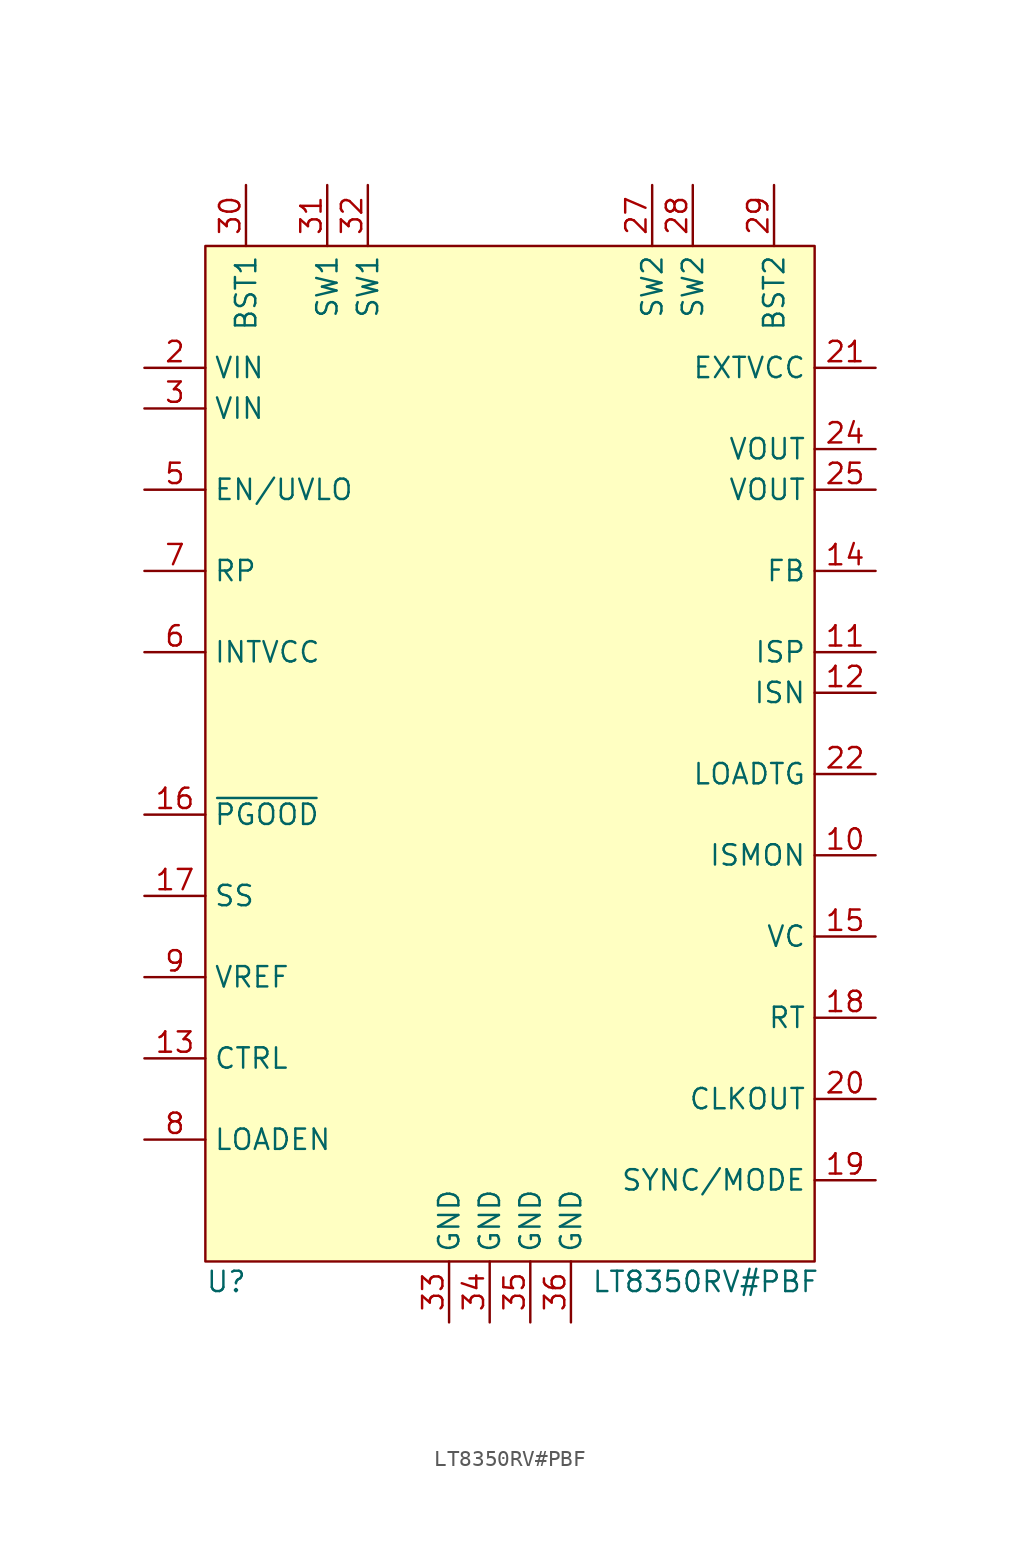
<source format=kicad_sym>
(kicad_symbol_lib
  (version 20211014)
  (generator kicad_symbol_editor)
  (symbol "LT8350RV#PBF"
    (property "Reference" "U"
      (at 3.81 -57.15 0)
      (effects (font (size 1.27 1.27)) (justify left)))
    (property "Value" "LT8350RV#PBF"
      (at 27.94 -57.15 0)
      (effects (font (size 1.27 1.27)) (justify left)))
    (symbol "LT8350RV#PBF_0_1"
      (rectangle (start 3.81 7.62) (end 41.91 -55.88) (stroke (width 0) (type default) (color 0 0 0 0)) (fill (type background))))
    (symbol "LT8350RV#PBF_1_1"
      (pin output line (at 45.72 -30.48 180) (length 3.81) (name "ISMON" (effects (font (size 1.27 1.27)))) (number "10" (effects (font (size 1.27 1.27)))))
      (pin input line (at 45.72 -17.78 180) (length 3.81) (name "ISP" (effects (font (size 1.27 1.27)))) (number "11" (effects (font (size 1.27 1.27)))))
      (pin input line (at 45.72 -20.32 180) (length 3.81) (name "ISN" (effects (font (size 1.27 1.27)))) (number "12" (effects (font (size 1.27 1.27)))))
      (pin input line (at 0 -43.18 0) (length 3.81) (name "CTRL" (effects (font (size 1.27 1.27)))) (number "13" (effects (font (size 1.27 1.27)))))
      (pin input line (at 45.72 -12.7 180) (length 3.81) (name "FB" (effects (font (size 1.27 1.27)))) (number "14" (effects (font (size 1.27 1.27)))))
      (pin output line (at 45.72 -35.56 180) (length 3.81) (name "VC" (effects (font (size 1.27 1.27)))) (number "15" (effects (font (size 1.27 1.27)))))
      (pin open_collector line (at 0 -27.94 0) (length 3.81) (name "~{PGOOD}" (effects (font (size 1.27 1.27)))) (number "16" (effects (font (size 1.27 1.27)))))
      (pin input line (at 0 -33.02 0) (length 3.81) (name "SS" (effects (font (size 1.27 1.27)))) (number "17" (effects (font (size 1.27 1.27)))))
      (pin input line (at 45.72 -40.64 180) (length 3.81) (name "RT" (effects (font (size 1.27 1.27)))) (number "18" (effects (font (size 1.27 1.27)))))
      (pin input line (at 45.72 -50.8 180) (length 3.81) (name "SYNC/MODE" (effects (font (size 1.27 1.27)))) (number "19" (effects (font (size 1.27 1.27)))))
      (pin power_in line (at 0 0 0) (length 3.81) (name "VIN" (effects (font (size 1.27 1.27)))) (number "2" (effects (font (size 1.27 1.27)))))
      (pin output line (at 45.72 -45.72 180) (length 3.81) (name "CLKOUT" (effects (font (size 1.27 1.27)))) (number "20" (effects (font (size 1.27 1.27)))))
      (pin power_in line (at 45.72 0 180) (length 3.81) (name "EXTVCC" (effects (font (size 1.27 1.27)))) (number "21" (effects (font (size 1.27 1.27)))))
      (pin output line (at 45.72 -25.4 180) (length 3.81) (name "LOADTG" (effects (font (size 1.27 1.27)))) (number "22" (effects (font (size 1.27 1.27)))))
      (pin power_out line (at 45.72 -5.08 180) (length 3.81) (name "VOUT" (effects (font (size 1.27 1.27)))) (number "24" (effects (font (size 1.27 1.27)))))
      (pin power_out line (at 45.72 -7.62 180) (length 3.81) (name "VOUT" (effects (font (size 1.27 1.27)))) (number "25" (effects (font (size 1.27 1.27)))))
      (pin output line (at 31.75 11.43 270) (length 3.81) (name "SW2" (effects (font (size 1.27 1.27)))) (number "27" (effects (font (size 1.27 1.27)))))
      (pin output line (at 34.29 11.43 270) (length 3.81) (name "SW2" (effects (font (size 1.27 1.27)))) (number "28" (effects (font (size 1.27 1.27)))))
      (pin input line (at 39.37 11.43 270) (length 3.81) (name "BST2" (effects (font (size 1.27 1.27)))) (number "29" (effects (font (size 1.27 1.27)))))
      (pin power_in line (at 0 -2.54 0) (length 3.81) (name "VIN" (effects (font (size 1.27 1.27)))) (number "3" (effects (font (size 1.27 1.27)))))
      (pin input line (at 6.35 11.43 270) (length 3.81) (name "BST1" (effects (font (size 1.27 1.27)))) (number "30" (effects (font (size 1.27 1.27)))))
      (pin output line (at 11.43 11.43 270) (length 3.81) (name "SW1" (effects (font (size 1.27 1.27)))) (number "31" (effects (font (size 1.27 1.27)))))
      (pin output line (at 13.97 11.43 270) (length 3.81) (name "SW1" (effects (font (size 1.27 1.27)))) (number "32" (effects (font (size 1.27 1.27)))))
      (pin power_in line (at 19.05 -59.69 90) (length 3.81) (name "GND" (effects (font (size 1.27 1.27)))) (number "33" (effects (font (size 1.27 1.27)))))
      (pin power_in line (at 21.59 -59.69 90) (length 3.81) (name "GND" (effects (font (size 1.27 1.27)))) (number "34" (effects (font (size 1.27 1.27)))))
      (pin power_in line (at 24.13 -59.69 90) (length 3.81) (name "GND" (effects (font (size 1.27 1.27)))) (number "35" (effects (font (size 1.27 1.27)))))
      (pin power_in line (at 26.67 -59.69 90) (length 3.81) (name "GND" (effects (font (size 1.27 1.27)))) (number "36" (effects (font (size 1.27 1.27)))))
      (pin input line (at 0 -7.62 0) (length 3.81) (name "EN/UVLO" (effects (font (size 1.27 1.27)))) (number "5" (effects (font (size 1.27 1.27)))))
      (pin power_out line (at 0 -17.78 0) (length 3.81) (name "INTVCC" (effects (font (size 1.27 1.27)))) (number "6" (effects (font (size 1.27 1.27)))))
      (pin unspecified line (at 0 -12.7 0) (length 3.81) (name "RP" (effects (font (size 1.27 1.27)))) (number "7" (effects (font (size 1.27 1.27)))))
      (pin input line (at 0 -48.26 0) (length 3.81) (name "LOADEN" (effects (font (size 1.27 1.27)))) (number "8" (effects (font (size 1.27 1.27)))))
      (pin power_out line (at 0 -38.1 0) (length 3.81) (name "VREF" (effects (font (size 1.27 1.27)))) (number "9" (effects (font (size 1.27 1.27))))))))
</source>
